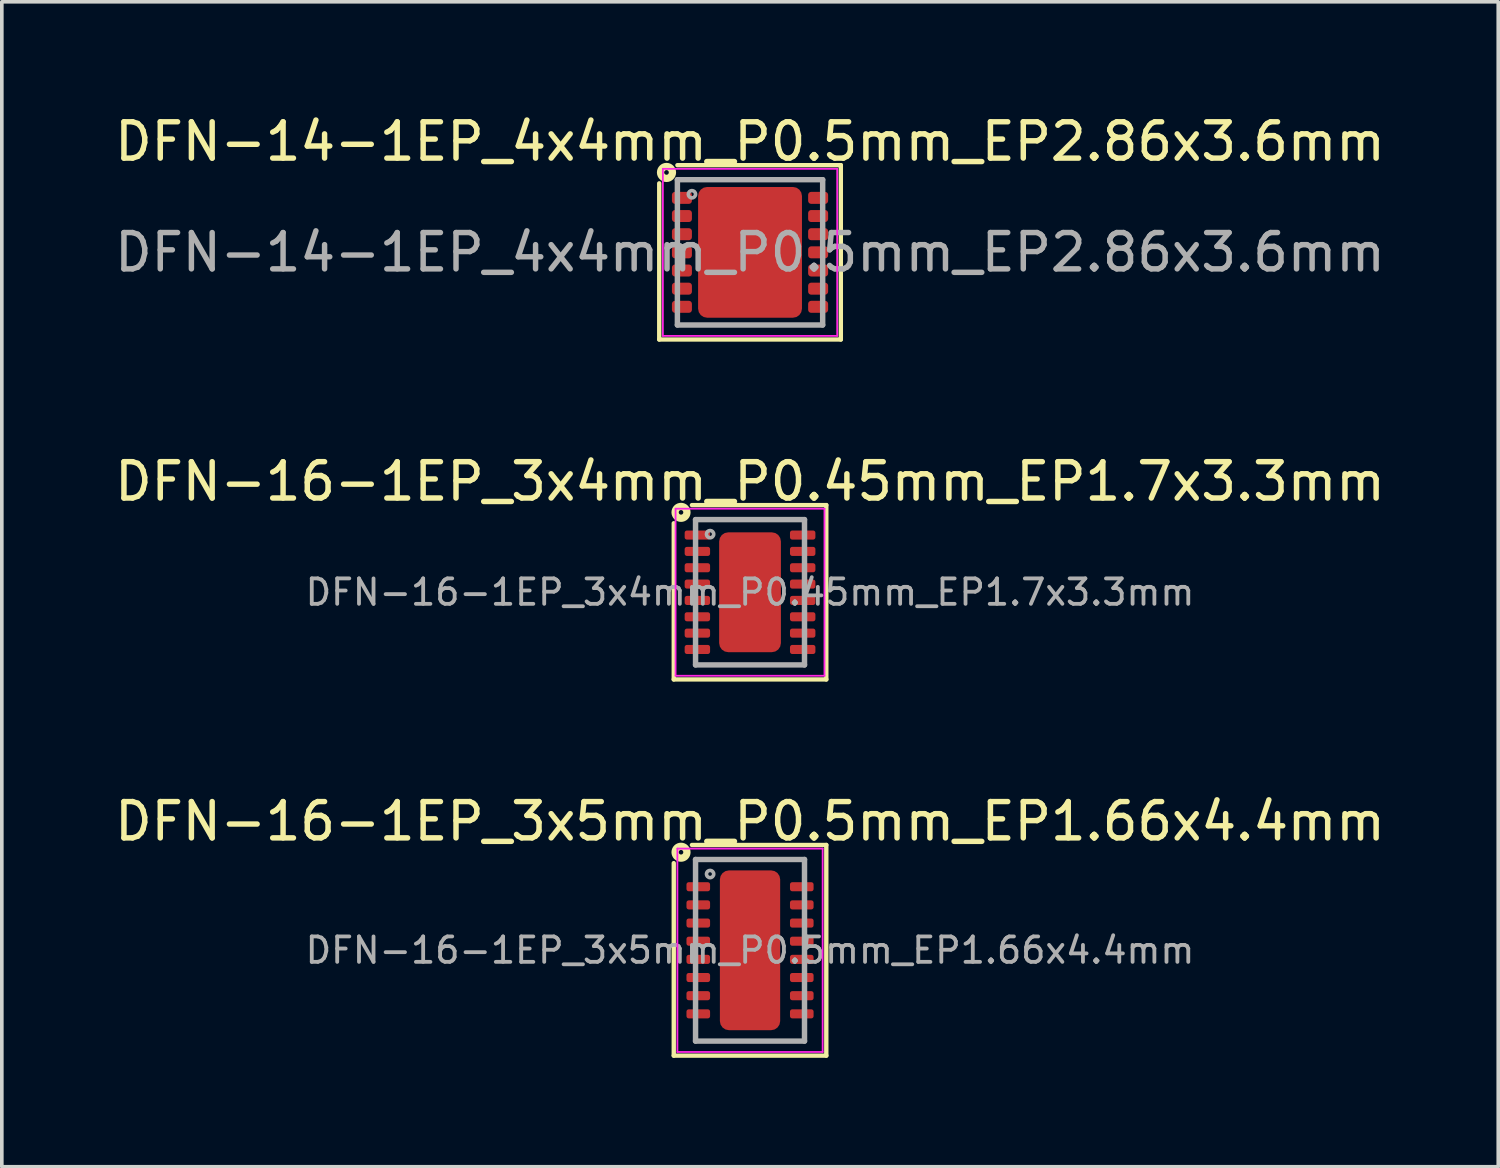
<source format=kicad_pcb>
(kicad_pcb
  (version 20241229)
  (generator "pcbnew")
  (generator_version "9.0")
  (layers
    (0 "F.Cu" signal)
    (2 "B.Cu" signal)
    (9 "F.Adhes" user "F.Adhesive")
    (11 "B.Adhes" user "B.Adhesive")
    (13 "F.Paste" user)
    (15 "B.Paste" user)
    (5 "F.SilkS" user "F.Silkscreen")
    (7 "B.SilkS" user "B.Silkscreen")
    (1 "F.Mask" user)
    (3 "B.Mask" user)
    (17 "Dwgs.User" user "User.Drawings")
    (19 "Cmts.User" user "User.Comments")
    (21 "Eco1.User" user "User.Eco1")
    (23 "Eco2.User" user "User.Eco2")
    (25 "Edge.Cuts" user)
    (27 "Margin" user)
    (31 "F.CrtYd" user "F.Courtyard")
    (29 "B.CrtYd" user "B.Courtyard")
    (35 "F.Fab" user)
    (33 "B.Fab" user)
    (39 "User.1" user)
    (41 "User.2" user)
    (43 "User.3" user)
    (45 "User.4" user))
  (footprint "DFN-16-1EP_3x5mm_P0.5mm_EP1.66x4.4mm"
    (layer "F.Cu")
    (at 17.601 23.115)
    (property "Reference" "DFN-16-1EP_3x5mm_P0.5mm_EP1.66x4.4mm" (at 0 -3.55 0) (layer "F.SilkS") (effects (font (size 1 1) (thickness 0.15))))
    (attr smd)
    (fp_line (start -2.1 2.9) (end -2.1 -2.4) (stroke (width 0.12) (type solid)) (layer "F.SilkS"))
    (fp_line (start -1.6 -2.9) (end 2.1 -2.9) (stroke (width 0.12) (type solid)) (layer "F.SilkS"))
    (fp_line (start 2.1 -2.9) (end 2.1 2.9) (stroke (width 0.12) (type solid)) (layer "F.SilkS"))
    (fp_line (start 2.1 2.9) (end -2.1 2.9) (stroke (width 0.12) (type solid)) (layer "F.SilkS"))
    (fp_circle (center -1.9 -2.7) (end -1.837 -2.7) (stroke (width 0.2) (type solid)) (fill no) (layer "F.SilkS"))
    (fp_line (start -2 -2.8) (end -2 2.8) (stroke (width 0.05) (type solid)) (layer "F.CrtYd"))
    (fp_line (start -2 -2.8) (end 2 -2.8) (stroke (width 0.05) (type solid)) (layer "F.CrtYd"))
    (fp_line (start -2 2.8) (end 2 2.8) (stroke (width 0.05) (type solid)) (layer "F.CrtYd"))
    (fp_line (start 2 -2.8) (end 2 2.8) (stroke (width 0.05) (type solid)) (layer "F.CrtYd"))
    (fp_line (start -1.5 -2.5) (end 1.5 -2.5) (stroke (width 0.15) (type solid)) (layer "F.Fab"))
    (fp_line (start -1.5 2.5) (end -1.5 -2.5) (stroke (width 0.15) (type solid)) (layer "F.Fab"))
    (fp_line (start 1.5 -2.5) (end 1.5 2.5) (stroke (width 0.15) (type solid)) (layer "F.Fab"))
    (fp_line (start 1.5 2.5) (end -1.5 2.5) (stroke (width 0.15) (type solid)) (layer "F.Fab"))
    (fp_circle (center -1.1 -2.1) (end -1 -2.1) (stroke (width 0.1) (type solid)) (fill no) (layer "F.Fab"))
    (fp_text user "${REFERENCE}" (at 0 0 0) (layer "F.Fab") (effects (font (size 0.7 0.7) (thickness 0.105))))
    (pad "" smd roundrect (at -0.415 -1.76) (size 0.67 0.71) (layers "F.Paste") (roundrect_rratio 0.25))
    (pad "" smd roundrect (at -0.415 -0.88) (size 0.67 0.71) (layers "F.Paste") (roundrect_rratio 0.25))
    (pad "" smd roundrect (at -0.415 0) (size 0.67 0.71) (layers "F.Paste") (roundrect_rratio 0.25))
    (pad "" smd roundrect (at -0.415 0.88) (size 0.67 0.71) (layers "F.Paste") (roundrect_rratio 0.25))
    (pad "" smd roundrect (at -0.415 1.76) (size 0.67 0.71) (layers "F.Paste") (roundrect_rratio 0.25))
    (pad "" smd roundrect (at 0.415 -1.76) (size 0.67 0.71) (layers "F.Paste") (roundrect_rratio 0.25))
    (pad "" smd roundrect (at 0.415 -0.88) (size 0.67 0.71) (layers "F.Paste") (roundrect_rratio 0.25))
    (pad "" smd roundrect (at 0.415 0) (size 0.67 0.71) (layers "F.Paste") (roundrect_rratio 0.25))
    (pad "" smd roundrect (at 0.415 0.88) (size 0.67 0.71) (layers "F.Paste") (roundrect_rratio 0.25))
    (pad "" smd roundrect (at 0.415 1.76) (size 0.67 0.71) (layers "F.Paste") (roundrect_rratio 0.25))
    (pad "1" smd roundrect (at -1.425 -1.75) (size 0.65 0.25) (layers "F.Cu" "F.Mask" "F.Paste") (roundrect_rratio 0.25))
    (pad "2" smd roundrect (at -1.425 -1.25) (size 0.65 0.25) (layers "F.Cu" "F.Mask" "F.Paste") (roundrect_rratio 0.25))
    (pad "3" smd roundrect (at -1.425 -0.75) (size 0.65 0.25) (layers "F.Cu" "F.Mask" "F.Paste") (roundrect_rratio 0.25))
    (pad "4" smd roundrect (at -1.425 -0.25) (size 0.65 0.25) (layers "F.Cu" "F.Mask" "F.Paste") (roundrect_rratio 0.25))
    (pad "5" smd roundrect (at -1.425 0.25) (size 0.65 0.25) (layers "F.Cu" "F.Mask" "F.Paste") (roundrect_rratio 0.25))
    (pad "6" smd roundrect (at -1.425 0.75) (size 0.65 0.25) (layers "F.Cu" "F.Mask" "F.Paste") (roundrect_rratio 0.25))
    (pad "7" smd roundrect (at -1.425 1.25) (size 0.65 0.25) (layers "F.Cu" "F.Mask" "F.Paste") (roundrect_rratio 0.25))
    (pad "8" smd roundrect (at -1.425 1.75) (size 0.65 0.25) (layers "F.Cu" "F.Mask" "F.Paste") (roundrect_rratio 0.25))
    (pad "9" smd roundrect (at 1.425 1.75) (size 0.65 0.25) (layers "F.Cu" "F.Mask" "F.Paste") (roundrect_rratio 0.25))
    (pad "10" smd roundrect (at 1.425 1.25) (size 0.65 0.25) (layers "F.Cu" "F.Mask" "F.Paste") (roundrect_rratio 0.25))
    (pad "11" smd roundrect (at 1.425 0.75) (size 0.65 0.25) (layers "F.Cu" "F.Mask" "F.Paste") (roundrect_rratio 0.25))
    (pad "12" smd roundrect (at 1.425 0.25) (size 0.65 0.25) (layers "F.Cu" "F.Mask" "F.Paste") (roundrect_rratio 0.25))
    (pad "13" smd roundrect (at 1.425 -0.25) (size 0.65 0.25) (layers "F.Cu" "F.Mask" "F.Paste") (roundrect_rratio 0.25))
    (pad "14" smd roundrect (at 1.425 -0.75) (size 0.65 0.25) (layers "F.Cu" "F.Mask" "F.Paste") (roundrect_rratio 0.25))
    (pad "15" smd roundrect (at 1.425 -1.25) (size 0.65 0.25) (layers "F.Cu" "F.Mask" "F.Paste") (roundrect_rratio 0.25))
    (pad "16" smd roundrect (at 1.425 -1.75) (size 0.65 0.25) (layers "F.Cu" "F.Mask" "F.Paste") (roundrect_rratio 0.25))
    (pad "17" smd roundrect (at 0 0) (size 1.66 4.4) (layers "F.Cu" "F.Mask") (roundrect_rratio 0.151)))
  (footprint "DFN-16-1EP_3x4mm_P0.45mm_EP1.7x3.3mm"
    (layer "F.Cu")
    (at 17.601 13.257)
    (property "Reference" "DFN-16-1EP_3x4mm_P0.45mm_EP1.7x3.3mm" (at 0 -3.05 0) (layer "F.SilkS") (effects (font (size 1 1) (thickness 0.15))))
    (attr smd)
    (fp_line (start -2.1 2.4) (end -2.1 -1.9) (stroke (width 0.12) (type solid)) (layer "F.SilkS"))
    (fp_line (start -1.6 -2.4) (end 2.1 -2.4) (stroke (width 0.12) (type solid)) (layer "F.SilkS"))
    (fp_line (start 2.1 -2.4) (end 2.1 2.4) (stroke (width 0.12) (type solid)) (layer "F.SilkS"))
    (fp_line (start 2.1 2.4) (end -2.1 2.4) (stroke (width 0.12) (type solid)) (layer "F.SilkS"))
    (fp_circle (center -1.9 -2.2) (end -1.837 -2.2) (stroke (width 0.2) (type solid)) (fill no) (layer "F.SilkS"))
    (fp_line (start -2.05 -2.3) (end -2.05 2.3) (stroke (width 0.05) (type solid)) (layer "F.CrtYd"))
    (fp_line (start -2.05 -2.3) (end 2.05 -2.3) (stroke (width 0.05) (type solid)) (layer "F.CrtYd"))
    (fp_line (start -2.05 2.3) (end 2.05 2.3) (stroke (width 0.05) (type solid)) (layer "F.CrtYd"))
    (fp_line (start 2.05 -2.3) (end 2.05 2.3) (stroke (width 0.05) (type solid)) (layer "F.CrtYd"))
    (fp_line (start -1.5 -2) (end 1.5 -2) (stroke (width 0.15) (type solid)) (layer "F.Fab"))
    (fp_line (start -1.5 2) (end -1.5 -2) (stroke (width 0.15) (type solid)) (layer "F.Fab"))
    (fp_line (start 1.5 -2) (end 1.5 2) (stroke (width 0.15) (type solid)) (layer "F.Fab"))
    (fp_line (start 1.5 2) (end -1.5 2) (stroke (width 0.15) (type solid)) (layer "F.Fab"))
    (fp_circle (center -1.1 -1.6) (end -1 -1.6) (stroke (width 0.1) (type solid)) (fill no) (layer "F.Fab"))
    (fp_text user "${REFERENCE}" (at 0 0 0) (layer "F.Fab") (effects (font (size 0.7 0.7) (thickness 0.105))))
    (pad "" smd rect (at -0.425 -1.238) (size 0.685 0.67) (layers "F.Paste"))
    (pad "" smd rect (at -0.425 -0.412) (size 0.685 0.67) (layers "F.Paste"))
    (pad "" smd rect (at -0.425 0.412) (size 0.685 0.67) (layers "F.Paste"))
    (pad "" smd rect (at -0.425 1.238) (size 0.685 0.67) (layers "F.Paste"))
    (pad "" smd rect (at 0.425 -1.238) (size 0.685 0.67) (layers "F.Paste"))
    (pad "" smd rect (at 0.425 -0.412) (size 0.685 0.67) (layers "F.Paste"))
    (pad "" smd rect (at 0.425 0.412) (size 0.685 0.67) (layers "F.Paste"))
    (pad "" smd rect (at 0.425 1.238) (size 0.685 0.67) (layers "F.Paste"))
    (pad "1" smd roundrect (at -1.45 -1.575) (size 0.7 0.25) (layers "F.Cu" "F.Mask" "F.Paste") (roundrect_rratio 0.25))
    (pad "2" smd roundrect (at -1.45 -1.125) (size 0.7 0.25) (layers "F.Cu" "F.Mask" "F.Paste") (roundrect_rratio 0.25))
    (pad "3" smd roundrect (at -1.45 -0.675) (size 0.7 0.25) (layers "F.Cu" "F.Mask" "F.Paste") (roundrect_rratio 0.25))
    (pad "4" smd roundrect (at -1.45 -0.225) (size 0.7 0.25) (layers "F.Cu" "F.Mask" "F.Paste") (roundrect_rratio 0.25))
    (pad "5" smd roundrect (at -1.45 0.225) (size 0.7 0.25) (layers "F.Cu" "F.Mask" "F.Paste") (roundrect_rratio 0.25))
    (pad "6" smd roundrect (at -1.45 0.675) (size 0.7 0.25) (layers "F.Cu" "F.Mask" "F.Paste") (roundrect_rratio 0.25))
    (pad "7" smd roundrect (at -1.45 1.125) (size 0.7 0.25) (layers "F.Cu" "F.Mask" "F.Paste") (roundrect_rratio 0.25))
    (pad "8" smd roundrect (at -1.45 1.575) (size 0.7 0.25) (layers "F.Cu" "F.Mask" "F.Paste") (roundrect_rratio 0.25))
    (pad "9" smd roundrect (at 1.45 1.575) (size 0.7 0.25) (layers "F.Cu" "F.Mask" "F.Paste") (roundrect_rratio 0.25))
    (pad "10" smd roundrect (at 1.45 1.125) (size 0.7 0.25) (layers "F.Cu" "F.Mask" "F.Paste") (roundrect_rratio 0.25))
    (pad "11" smd roundrect (at 1.45 0.675) (size 0.7 0.25) (layers "F.Cu" "F.Mask" "F.Paste") (roundrect_rratio 0.25))
    (pad "12" smd roundrect (at 1.45 0.225) (size 0.7 0.25) (layers "F.Cu" "F.Mask" "F.Paste") (roundrect_rratio 0.25))
    (pad "13" smd roundrect (at 1.45 -0.225) (size 0.7 0.25) (layers "F.Cu" "F.Mask" "F.Paste") (roundrect_rratio 0.25))
    (pad "14" smd roundrect (at 1.45 -0.675) (size 0.7 0.25) (layers "F.Cu" "F.Mask" "F.Paste") (roundrect_rratio 0.25))
    (pad "15" smd roundrect (at 1.45 -1.125) (size 0.7 0.25) (layers "F.Cu" "F.Mask" "F.Paste") (roundrect_rratio 0.25))
    (pad "16" smd roundrect (at 1.45 -1.575) (size 0.7 0.25) (layers "F.Cu" "F.Mask" "F.Paste") (roundrect_rratio 0.25))
    (pad "17" smd roundrect (at 0 0) (size 1.7 3.3) (layers "F.Cu" "F.Mask") (roundrect_rratio 0.147)))
  (footprint "DFN-14-1EP_4x4mm_P0.5mm_EP2.86x3.6mm"
    (layer "F.Cu")
    (at 17.601 3.898)
    (property "Reference" "DFN-14-1EP_4x4mm_P0.5mm_EP2.86x3.6mm" (at 0 -3.05 0) (layer "F.SilkS") (effects (font (size 1 1) (thickness 0.15))))
    (attr smd)
    (fp_line (start -2.5 2.4) (end -2.5 -1.9) (stroke (width 0.12) (type solid)) (layer "F.SilkS"))
    (fp_line (start -2 -2.4) (end 2.5 -2.4) (stroke (width 0.12) (type solid)) (layer "F.SilkS"))
    (fp_line (start 2.5 -2.4) (end 2.5 2.4) (stroke (width 0.12) (type solid)) (layer "F.SilkS"))
    (fp_line (start 2.5 2.4) (end -2.5 2.4) (stroke (width 0.12) (type solid)) (layer "F.SilkS"))
    (fp_circle (center -2.3 -2.2) (end -2.236 -2.2) (stroke (width 0.2) (type solid)) (fill no) (layer "F.SilkS"))
    (fp_line (start -2.4 -2.3) (end -2.4 2.3) (stroke (width 0.05) (type solid)) (layer "F.CrtYd"))
    (fp_line (start -2.4 -2.3) (end 2.4 -2.3) (stroke (width 0.05) (type solid)) (layer "F.CrtYd"))
    (fp_line (start -2.4 2.3) (end 2.4 2.3) (stroke (width 0.05) (type solid)) (layer "F.CrtYd"))
    (fp_line (start 2.4 -2.3) (end 2.4 2.3) (stroke (width 0.05) (type solid)) (layer "F.CrtYd"))
    (fp_line (start -2 -2) (end 2 -2) (stroke (width 0.15) (type solid)) (layer "F.Fab"))
    (fp_line (start -2 2) (end -2 -2) (stroke (width 0.15) (type solid)) (layer "F.Fab"))
    (fp_line (start 2 -2) (end 2 2) (stroke (width 0.15) (type solid)) (layer "F.Fab"))
    (fp_line (start 2 2) (end -2 2) (stroke (width 0.15) (type solid)) (layer "F.Fab"))
    (fp_circle (center -1.6 -1.6) (end -1.5 -1.6) (stroke (width 0.1) (type solid)) (fill no) (layer "F.Fab"))
    (fp_text user "${REFERENCE}" (at 0 0 0) (layer "F.Fab") (effects (font (size 1 1) (thickness 0.15))))
    (pad "" smd roundrect (at -0.715 -1.35) (size 1.2 0.7) (layers "F.Paste") (roundrect_rratio 0.25))
    (pad "" smd roundrect (at -0.715 -0.45) (size 1.2 0.7) (layers "F.Paste") (roundrect_rratio 0.25))
    (pad "" smd roundrect (at -0.715 0.45) (size 1.2 0.7) (layers "F.Paste") (roundrect_rratio 0.25))
    (pad "" smd roundrect (at -0.715 1.35) (size 1.2 0.7) (layers "F.Paste") (roundrect_rratio 0.25))
    (pad "" smd roundrect (at 0.715 -1.35) (size 1.2 0.7) (layers "F.Paste") (roundrect_rratio 0.25))
    (pad "" smd roundrect (at 0.715 -0.45) (size 1.2 0.7) (layers "F.Paste") (roundrect_rratio 0.25))
    (pad "" smd roundrect (at 0.715 0.45) (size 1.2 0.7) (layers "F.Paste") (roundrect_rratio 0.25))
    (pad "" smd roundrect (at 0.715 1.35) (size 1.2 0.7) (layers "F.Paste") (roundrect_rratio 0.25))
    (pad "1" smd roundrect (at -1.875 -1.5) (size 0.55 0.33) (layers "F.Cu" "F.Mask" "F.Paste") (roundrect_rratio 0.25))
    (pad "2" smd roundrect (at -1.875 -1) (size 0.55 0.33) (layers "F.Cu" "F.Mask" "F.Paste") (roundrect_rratio 0.25))
    (pad "3" smd roundrect (at -1.875 -0.5) (size 0.55 0.33) (layers "F.Cu" "F.Mask" "F.Paste") (roundrect_rratio 0.25))
    (pad "4" smd roundrect (at -1.875 0) (size 0.55 0.33) (layers "F.Cu" "F.Mask" "F.Paste") (roundrect_rratio 0.25))
    (pad "5" smd roundrect (at -1.875 0.5) (size 0.55 0.33) (layers "F.Cu" "F.Mask" "F.Paste") (roundrect_rratio 0.25))
    (pad "6" smd roundrect (at -1.875 1) (size 0.55 0.33) (layers "F.Cu" "F.Mask" "F.Paste") (roundrect_rratio 0.25))
    (pad "7" smd roundrect (at -1.875 1.5) (size 0.55 0.33) (layers "F.Cu" "F.Mask" "F.Paste") (roundrect_rratio 0.25))
    (pad "8" smd roundrect (at 1.875 1.5) (size 0.55 0.33) (layers "F.Cu" "F.Mask" "F.Paste") (roundrect_rratio 0.25))
    (pad "9" smd roundrect (at 1.875 1) (size 0.55 0.33) (layers "F.Cu" "F.Mask" "F.Paste") (roundrect_rratio 0.25))
    (pad "10" smd roundrect (at 1.875 0.5) (size 0.55 0.33) (layers "F.Cu" "F.Mask" "F.Paste") (roundrect_rratio 0.25))
    (pad "11" smd roundrect (at 1.875 0) (size 0.55 0.33) (layers "F.Cu" "F.Mask" "F.Paste") (roundrect_rratio 0.25))
    (pad "12" smd roundrect (at 1.875 -0.5) (size 0.55 0.33) (layers "F.Cu" "F.Mask" "F.Paste") (roundrect_rratio 0.25))
    (pad "13" smd roundrect (at 1.875 -1) (size 0.55 0.33) (layers "F.Cu" "F.Mask" "F.Paste") (roundrect_rratio 0.25))
    (pad "14" smd roundrect (at 1.875 -1.5) (size 0.55 0.33) (layers "F.Cu" "F.Mask" "F.Paste") (roundrect_rratio 0.25))
    (pad "15" smd roundrect (at 0 0) (size 2.86 3.6) (layers "F.Cu" "F.Mask") (roundrect_rratio 0.087)))
  (gr_rect
    (start -3 -3)
    (end 38.202 29.075)
    (stroke (width 0.1) (type default))
    (fill no)
    (layer "Edge.Cuts")))
</source>
